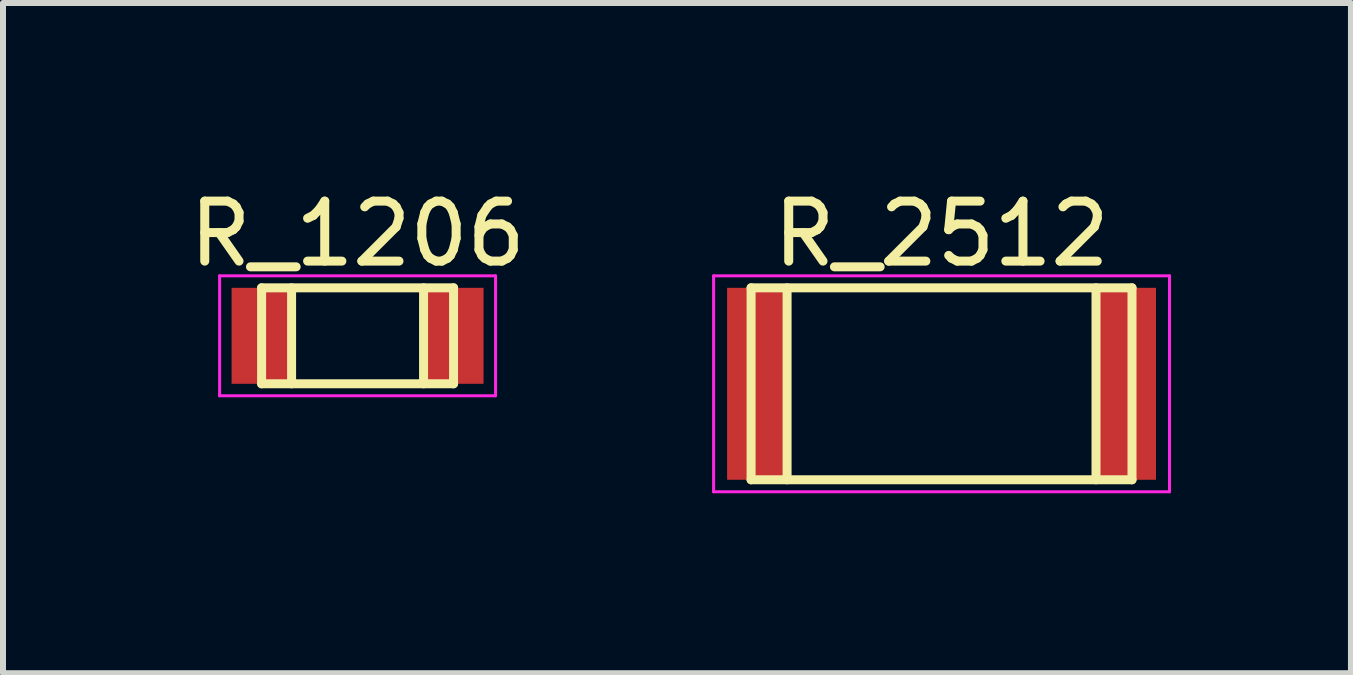
<source format=kicad_pcb>
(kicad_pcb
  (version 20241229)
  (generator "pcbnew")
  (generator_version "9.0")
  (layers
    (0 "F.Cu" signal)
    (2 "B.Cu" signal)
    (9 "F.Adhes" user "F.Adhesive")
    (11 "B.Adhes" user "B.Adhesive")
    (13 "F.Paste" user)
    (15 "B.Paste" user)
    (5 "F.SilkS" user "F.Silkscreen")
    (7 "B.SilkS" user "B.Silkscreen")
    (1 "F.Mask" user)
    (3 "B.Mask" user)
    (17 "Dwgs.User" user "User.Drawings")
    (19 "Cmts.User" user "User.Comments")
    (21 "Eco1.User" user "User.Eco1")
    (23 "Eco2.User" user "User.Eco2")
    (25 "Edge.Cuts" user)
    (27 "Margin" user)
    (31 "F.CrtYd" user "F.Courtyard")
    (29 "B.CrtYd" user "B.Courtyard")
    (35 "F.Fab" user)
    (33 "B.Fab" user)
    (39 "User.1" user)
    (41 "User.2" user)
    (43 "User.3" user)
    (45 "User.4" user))
  (footprint "R_1206"
    (layer "F.Cu")
    (at 2.911 2.548)
    (property "Reference" "R_1206" (at 0 -1.7 0) (layer "F.SilkS") (effects (font (size 1 1) (thickness 0.15))))
    (attr smd)
    (fp_line (start -1.6 -0.8) (end -1.6 0.8) (stroke (width 0.15) (type solid)) (layer "F.SilkS"))
    (fp_line (start -1.6 0.8) (end 1.6 0.8) (stroke (width 0.15) (type solid)) (layer "F.SilkS"))
    (fp_line (start -1.1 -0.8) (end -1.1 0.8) (stroke (width 0.15) (type solid)) (layer "F.SilkS"))
    (fp_line (start 1.1 -0.8) (end 1.1 0.8) (stroke (width 0.15) (type solid)) (layer "F.SilkS"))
    (fp_line (start 1.6 -0.8) (end -1.6 -0.8) (stroke (width 0.15) (type solid)) (layer "F.SilkS"))
    (fp_line (start 1.6 0.8) (end 1.6 -0.8) (stroke (width 0.15) (type solid)) (layer "F.SilkS"))
    (fp_line (start -2.3 -1) (end -2.3 1) (stroke (width 0.05) (type solid)) (layer "F.CrtYd"))
    (fp_line (start -2.3 -1) (end 2.3 -1) (stroke (width 0.05) (type solid)) (layer "F.CrtYd"))
    (fp_line (start -2.3 1) (end 2.3 1) (stroke (width 0.05) (type solid)) (layer "F.CrtYd"))
    (fp_line (start 2.3 -1) (end 2.3 1) (stroke (width 0.05) (type solid)) (layer "F.CrtYd"))
    (pad "1" smd rect (at -1.6 0) (size 1 1.6) (layers "F.Cu" "F.Mask" "F.Paste"))
    (pad "2" smd rect (at 1.6 0) (size 1 1.6) (layers "F.Cu" "F.Mask" "F.Paste")))
  (footprint "R_2512"
    (layer "F.Cu")
    (at 12.646 3.348)
    (property "Reference" "R_2512" (at 0 -2.5 0) (layer "F.SilkS") (effects (font (size 1 1) (thickness 0.15))))
    (attr smd)
    (fp_line (start -3.175 -1.6) (end -3.175 1.6) (stroke (width 0.15) (type solid)) (layer "F.SilkS"))
    (fp_line (start -3.175 1.6) (end 3.175 1.6) (stroke (width 0.15) (type solid)) (layer "F.SilkS"))
    (fp_line (start -2.575 -1.6) (end -2.575 1.6) (stroke (width 0.15) (type solid)) (layer "F.SilkS"))
    (fp_line (start 2.575 1.6) (end 2.575 -1.6) (stroke (width 0.15) (type solid)) (layer "F.SilkS"))
    (fp_line (start 3.175 -1.6) (end -3.175 -1.6) (stroke (width 0.15) (type solid)) (layer "F.SilkS"))
    (fp_line (start 3.175 1.6) (end 3.175 -1.6) (stroke (width 0.15) (type solid)) (layer "F.SilkS"))
    (fp_line (start -3.8 -1.8) (end -3.8 1.8) (stroke (width 0.05) (type solid)) (layer "F.CrtYd"))
    (fp_line (start -3.8 -1.8) (end 3.8 -1.8) (stroke (width 0.05) (type solid)) (layer "F.CrtYd"))
    (fp_line (start -3.8 1.8) (end 3.8 1.8) (stroke (width 0.05) (type solid)) (layer "F.CrtYd"))
    (fp_line (start 3.8 -1.8) (end 3.8 1.8) (stroke (width 0.05) (type solid)) (layer "F.CrtYd"))
    (pad "1" smd rect (at -3.075 0) (size 1 3.2) (layers "F.Cu" "F.Mask" "F.Paste"))
    (pad "2" smd rect (at 3.075 0) (size 1 3.2) (layers "F.Cu" "F.Mask" "F.Paste")))
  (gr_rect
    (start -3 -3)
    (end 19.471 8.173)
    (stroke (width 0.1) (type default))
    (fill no)
    (layer "Edge.Cuts")))
</source>
